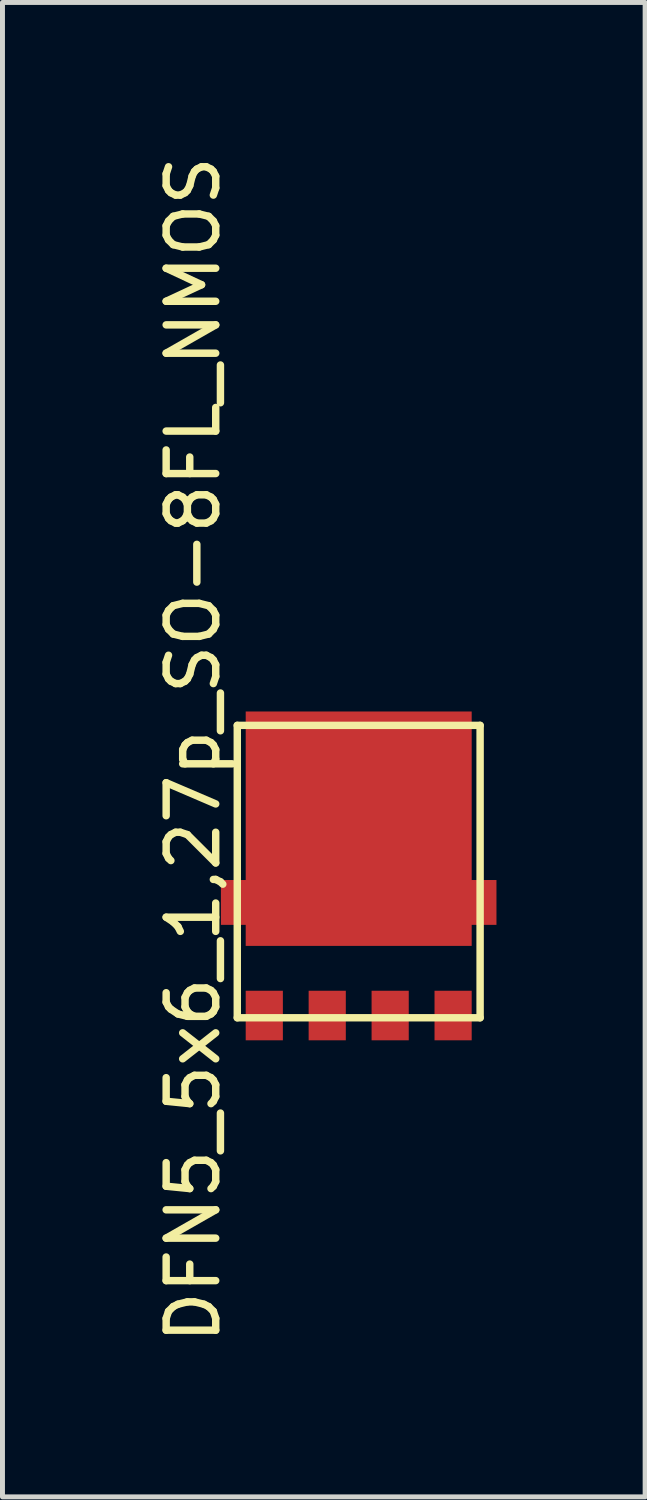
<source format=kicad_pcb>
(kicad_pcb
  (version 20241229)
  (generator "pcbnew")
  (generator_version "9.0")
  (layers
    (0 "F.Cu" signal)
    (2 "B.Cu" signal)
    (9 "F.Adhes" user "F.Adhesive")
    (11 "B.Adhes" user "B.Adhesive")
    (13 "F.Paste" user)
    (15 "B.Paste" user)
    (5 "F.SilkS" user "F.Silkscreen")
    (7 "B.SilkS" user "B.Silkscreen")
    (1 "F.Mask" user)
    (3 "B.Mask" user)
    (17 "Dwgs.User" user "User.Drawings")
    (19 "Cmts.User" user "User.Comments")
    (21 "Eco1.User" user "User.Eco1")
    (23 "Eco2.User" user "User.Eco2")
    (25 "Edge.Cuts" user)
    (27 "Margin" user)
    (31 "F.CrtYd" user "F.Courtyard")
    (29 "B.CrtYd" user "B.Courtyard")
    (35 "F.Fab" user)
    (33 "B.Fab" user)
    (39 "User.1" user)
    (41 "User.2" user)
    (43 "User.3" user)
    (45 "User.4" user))
  (footprint "DFN5_5x6_1,27p_SO-8FL_NMOS"
    (layer "F.Cu")
    (at 4.188 16.037)
    (property "Reference" "DFN5_5x6_1,27p_SO-8FL_NMOS" (at -3.34 -3.96 90) (layer "F.SilkS") (effects (font (size 1 1) (thickness 0.15))))
    (attr through_hole)
    (fp_line (start -2.45 -4.45) (end -2.45 1.45) (stroke (width 0.15) (type solid)) (layer "F.SilkS"))
    (fp_line (start -2.45 -4.45) (end 2.45 -4.45) (stroke (width 0.15) (type solid)) (layer "F.SilkS"))
    (fp_line (start -2.45 1.45) (end 2.45 1.45) (stroke (width 0.15) (type solid)) (layer "F.SilkS"))
    (fp_line (start 2.45 -4.45) (end 2.45 1.45) (stroke (width 0.15) (type solid)) (layer "F.SilkS"))
    (pad "1" smd rect (at -1.905 1.405) (size 0.75 1) (layers "F.Cu" "F.Mask" "F.Paste"))
    (pad "1" smd rect (at -0.635 1.405) (size 0.75 1) (layers "F.Cu" "F.Mask" "F.Paste"))
    (pad "1" smd rect (at 0.635 1.405) (size 0.75 1) (layers "F.Cu" "F.Mask" "F.Paste"))
    (pad "2" smd rect (at 1.905 1.405) (size 0.75 1) (layers "F.Cu" "F.Mask" "F.Paste"))
    (pad "3" smd rect (at 0 -2.365) (size 4.56 4.73) (layers "F.Cu" "F.Mask" "F.Paste"))
    (pad "3" smd rect (at 0 -0.877) (size 5.56 0.905) (layers "F.Cu" "F.Mask" "F.Paste")))
  (gr_rect
    (start -3 -3)
    (end 9.968 27.155)
    (stroke (width 0.1) (type default))
    (fill no)
    (layer "Edge.Cuts")))
</source>
